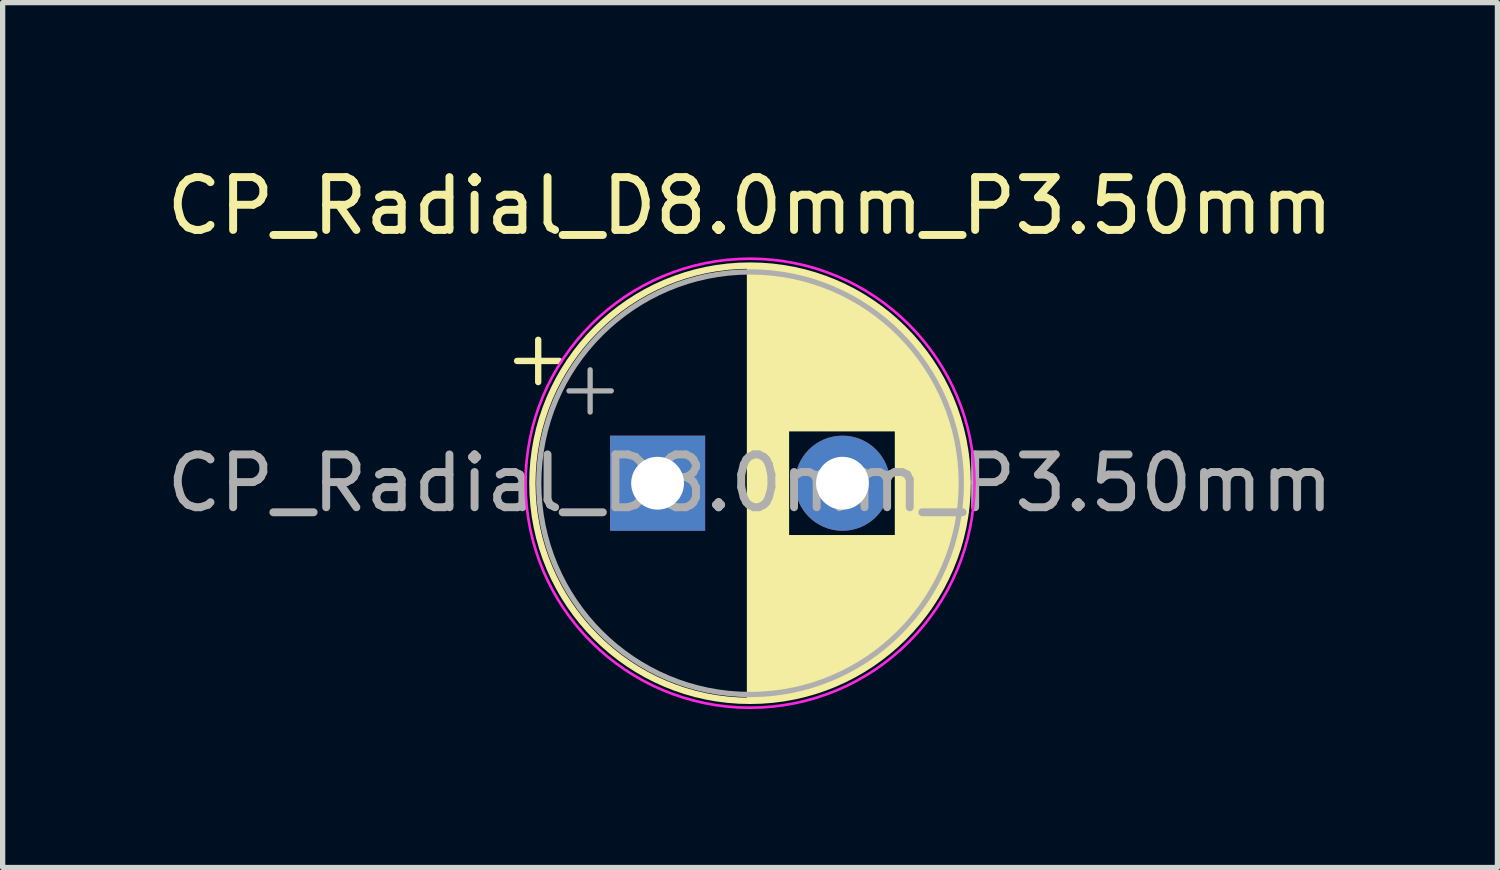
<source format=kicad_pcb>
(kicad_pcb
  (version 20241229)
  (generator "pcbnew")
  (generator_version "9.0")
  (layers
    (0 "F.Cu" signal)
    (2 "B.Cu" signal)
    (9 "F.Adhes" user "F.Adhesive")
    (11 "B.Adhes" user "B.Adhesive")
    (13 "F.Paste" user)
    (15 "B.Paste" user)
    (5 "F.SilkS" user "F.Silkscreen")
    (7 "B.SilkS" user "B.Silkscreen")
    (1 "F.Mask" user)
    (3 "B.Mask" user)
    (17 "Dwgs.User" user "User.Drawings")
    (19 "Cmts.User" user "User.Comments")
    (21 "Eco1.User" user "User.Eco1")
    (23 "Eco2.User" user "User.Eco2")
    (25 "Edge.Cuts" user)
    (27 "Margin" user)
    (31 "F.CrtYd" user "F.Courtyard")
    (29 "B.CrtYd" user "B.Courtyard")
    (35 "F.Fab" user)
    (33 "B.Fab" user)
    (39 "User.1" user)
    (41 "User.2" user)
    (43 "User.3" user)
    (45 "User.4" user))
  (footprint "CP_Radial_D8.0mm_P3.50mm"
    (layer "F.Cu")
    (at 9.399 6.098)
    (property "Reference" "CP_Radial_D8.0mm_P3.50mm" (at 1.75 -5.25 0) (layer "F.SilkS") (effects (font (size 1 1) (thickness 0.15))))
    (attr through_hole)
    (fp_line (start -2.66 -2.315) (end -1.86 -2.315) (stroke (width 0.12) (type solid)) (layer "F.SilkS"))
    (fp_line (start -2.26 -2.715) (end -2.26 -1.915) (stroke (width 0.12) (type solid)) (layer "F.SilkS"))
    (fp_line (start 1.75 -4.08) (end 1.75 4.08) (stroke (width 0.12) (type solid)) (layer "F.SilkS"))
    (fp_line (start 1.79 -4.08) (end 1.79 4.08) (stroke (width 0.12) (type solid)) (layer "F.SilkS"))
    (fp_line (start 1.83 -4.08) (end 1.83 4.08) (stroke (width 0.12) (type solid)) (layer "F.SilkS"))
    (fp_line (start 1.87 -4.079) (end 1.87 4.079) (stroke (width 0.12) (type solid)) (layer "F.SilkS"))
    (fp_line (start 1.91 -4.077) (end 1.91 4.077) (stroke (width 0.12) (type solid)) (layer "F.SilkS"))
    (fp_line (start 1.95 -4.076) (end 1.95 4.076) (stroke (width 0.12) (type solid)) (layer "F.SilkS"))
    (fp_line (start 1.99 -4.074) (end 1.99 4.074) (stroke (width 0.12) (type solid)) (layer "F.SilkS"))
    (fp_line (start 2.03 -4.071) (end 2.03 4.071) (stroke (width 0.12) (type solid)) (layer "F.SilkS"))
    (fp_line (start 2.07 -4.068) (end 2.07 4.068) (stroke (width 0.12) (type solid)) (layer "F.SilkS"))
    (fp_line (start 2.11 -4.065) (end 2.11 4.065) (stroke (width 0.12) (type solid)) (layer "F.SilkS"))
    (fp_line (start 2.15 -4.061) (end 2.15 4.061) (stroke (width 0.12) (type solid)) (layer "F.SilkS"))
    (fp_line (start 2.19 -4.057) (end 2.19 4.057) (stroke (width 0.12) (type solid)) (layer "F.SilkS"))
    (fp_line (start 2.23 -4.052) (end 2.23 4.052) (stroke (width 0.12) (type solid)) (layer "F.SilkS"))
    (fp_line (start 2.27 -4.048) (end 2.27 4.048) (stroke (width 0.12) (type solid)) (layer "F.SilkS"))
    (fp_line (start 2.31 -4.042) (end 2.31 4.042) (stroke (width 0.12) (type solid)) (layer "F.SilkS"))
    (fp_line (start 2.35 -4.037) (end 2.35 4.037) (stroke (width 0.12) (type solid)) (layer "F.SilkS"))
    (fp_line (start 2.39 -4.03) (end 2.39 4.03) (stroke (width 0.12) (type solid)) (layer "F.SilkS"))
    (fp_line (start 2.43 -4.024) (end 2.43 4.024) (stroke (width 0.12) (type solid)) (layer "F.SilkS"))
    (fp_line (start 2.471 -4.017) (end 2.471 -1.04) (stroke (width 0.12) (type solid)) (layer "F.SilkS"))
    (fp_line (start 2.471 1.04) (end 2.471 4.017) (stroke (width 0.12) (type solid)) (layer "F.SilkS"))
    (fp_line (start 2.511 -4.01) (end 2.511 -1.04) (stroke (width 0.12) (type solid)) (layer "F.SilkS"))
    (fp_line (start 2.511 1.04) (end 2.511 4.01) (stroke (width 0.12) (type solid)) (layer "F.SilkS"))
    (fp_line (start 2.551 -4.002) (end 2.551 -1.04) (stroke (width 0.12) (type solid)) (layer "F.SilkS"))
    (fp_line (start 2.551 1.04) (end 2.551 4.002) (stroke (width 0.12) (type solid)) (layer "F.SilkS"))
    (fp_line (start 2.591 -3.994) (end 2.591 -1.04) (stroke (width 0.12) (type solid)) (layer "F.SilkS"))
    (fp_line (start 2.591 1.04) (end 2.591 3.994) (stroke (width 0.12) (type solid)) (layer "F.SilkS"))
    (fp_line (start 2.631 -3.985) (end 2.631 -1.04) (stroke (width 0.12) (type solid)) (layer "F.SilkS"))
    (fp_line (start 2.631 1.04) (end 2.631 3.985) (stroke (width 0.12) (type solid)) (layer "F.SilkS"))
    (fp_line (start 2.671 -3.976) (end 2.671 -1.04) (stroke (width 0.12) (type solid)) (layer "F.SilkS"))
    (fp_line (start 2.671 1.04) (end 2.671 3.976) (stroke (width 0.12) (type solid)) (layer "F.SilkS"))
    (fp_line (start 2.711 -3.967) (end 2.711 -1.04) (stroke (width 0.12) (type solid)) (layer "F.SilkS"))
    (fp_line (start 2.711 1.04) (end 2.711 3.967) (stroke (width 0.12) (type solid)) (layer "F.SilkS"))
    (fp_line (start 2.751 -3.957) (end 2.751 -1.04) (stroke (width 0.12) (type solid)) (layer "F.SilkS"))
    (fp_line (start 2.751 1.04) (end 2.751 3.957) (stroke (width 0.12) (type solid)) (layer "F.SilkS"))
    (fp_line (start 2.791 -3.947) (end 2.791 -1.04) (stroke (width 0.12) (type solid)) (layer "F.SilkS"))
    (fp_line (start 2.791 1.04) (end 2.791 3.947) (stroke (width 0.12) (type solid)) (layer "F.SilkS"))
    (fp_line (start 2.831 -3.936) (end 2.831 -1.04) (stroke (width 0.12) (type solid)) (layer "F.SilkS"))
    (fp_line (start 2.831 1.04) (end 2.831 3.936) (stroke (width 0.12) (type solid)) (layer "F.SilkS"))
    (fp_line (start 2.871 -3.925) (end 2.871 -1.04) (stroke (width 0.12) (type solid)) (layer "F.SilkS"))
    (fp_line (start 2.871 1.04) (end 2.871 3.925) (stroke (width 0.12) (type solid)) (layer "F.SilkS"))
    (fp_line (start 2.911 -3.914) (end 2.911 -1.04) (stroke (width 0.12) (type solid)) (layer "F.SilkS"))
    (fp_line (start 2.911 1.04) (end 2.911 3.914) (stroke (width 0.12) (type solid)) (layer "F.SilkS"))
    (fp_line (start 2.951 -3.902) (end 2.951 -1.04) (stroke (width 0.12) (type solid)) (layer "F.SilkS"))
    (fp_line (start 2.951 1.04) (end 2.951 3.902) (stroke (width 0.12) (type solid)) (layer "F.SilkS"))
    (fp_line (start 2.991 -3.889) (end 2.991 -1.04) (stroke (width 0.12) (type solid)) (layer "F.SilkS"))
    (fp_line (start 2.991 1.04) (end 2.991 3.889) (stroke (width 0.12) (type solid)) (layer "F.SilkS"))
    (fp_line (start 3.031 -3.877) (end 3.031 -1.04) (stroke (width 0.12) (type solid)) (layer "F.SilkS"))
    (fp_line (start 3.031 1.04) (end 3.031 3.877) (stroke (width 0.12) (type solid)) (layer "F.SilkS"))
    (fp_line (start 3.071 -3.863) (end 3.071 -1.04) (stroke (width 0.12) (type solid)) (layer "F.SilkS"))
    (fp_line (start 3.071 1.04) (end 3.071 3.863) (stroke (width 0.12) (type solid)) (layer "F.SilkS"))
    (fp_line (start 3.111 -3.85) (end 3.111 -1.04) (stroke (width 0.12) (type solid)) (layer "F.SilkS"))
    (fp_line (start 3.111 1.04) (end 3.111 3.85) (stroke (width 0.12) (type solid)) (layer "F.SilkS"))
    (fp_line (start 3.151 -3.835) (end 3.151 -1.04) (stroke (width 0.12) (type solid)) (layer "F.SilkS"))
    (fp_line (start 3.151 1.04) (end 3.151 3.835) (stroke (width 0.12) (type solid)) (layer "F.SilkS"))
    (fp_line (start 3.191 -3.821) (end 3.191 -1.04) (stroke (width 0.12) (type solid)) (layer "F.SilkS"))
    (fp_line (start 3.191 1.04) (end 3.191 3.821) (stroke (width 0.12) (type solid)) (layer "F.SilkS"))
    (fp_line (start 3.231 -3.805) (end 3.231 -1.04) (stroke (width 0.12) (type solid)) (layer "F.SilkS"))
    (fp_line (start 3.231 1.04) (end 3.231 3.805) (stroke (width 0.12) (type solid)) (layer "F.SilkS"))
    (fp_line (start 3.271 -3.79) (end 3.271 -1.04) (stroke (width 0.12) (type solid)) (layer "F.SilkS"))
    (fp_line (start 3.271 1.04) (end 3.271 3.79) (stroke (width 0.12) (type solid)) (layer "F.SilkS"))
    (fp_line (start 3.311 -3.774) (end 3.311 -1.04) (stroke (width 0.12) (type solid)) (layer "F.SilkS"))
    (fp_line (start 3.311 1.04) (end 3.311 3.774) (stroke (width 0.12) (type solid)) (layer "F.SilkS"))
    (fp_line (start 3.351 -3.757) (end 3.351 -1.04) (stroke (width 0.12) (type solid)) (layer "F.SilkS"))
    (fp_line (start 3.351 1.04) (end 3.351 3.757) (stroke (width 0.12) (type solid)) (layer "F.SilkS"))
    (fp_line (start 3.391 -3.74) (end 3.391 -1.04) (stroke (width 0.12) (type solid)) (layer "F.SilkS"))
    (fp_line (start 3.391 1.04) (end 3.391 3.74) (stroke (width 0.12) (type solid)) (layer "F.SilkS"))
    (fp_line (start 3.431 -3.722) (end 3.431 -1.04) (stroke (width 0.12) (type solid)) (layer "F.SilkS"))
    (fp_line (start 3.431 1.04) (end 3.431 3.722) (stroke (width 0.12) (type solid)) (layer "F.SilkS"))
    (fp_line (start 3.471 -3.704) (end 3.471 -1.04) (stroke (width 0.12) (type solid)) (layer "F.SilkS"))
    (fp_line (start 3.471 1.04) (end 3.471 3.704) (stroke (width 0.12) (type solid)) (layer "F.SilkS"))
    (fp_line (start 3.511 -3.686) (end 3.511 -1.04) (stroke (width 0.12) (type solid)) (layer "F.SilkS"))
    (fp_line (start 3.511 1.04) (end 3.511 3.686) (stroke (width 0.12) (type solid)) (layer "F.SilkS"))
    (fp_line (start 3.551 -3.666) (end 3.551 -1.04) (stroke (width 0.12) (type solid)) (layer "F.SilkS"))
    (fp_line (start 3.551 1.04) (end 3.551 3.666) (stroke (width 0.12) (type solid)) (layer "F.SilkS"))
    (fp_line (start 3.591 -3.647) (end 3.591 -1.04) (stroke (width 0.12) (type solid)) (layer "F.SilkS"))
    (fp_line (start 3.591 1.04) (end 3.591 3.647) (stroke (width 0.12) (type solid)) (layer "F.SilkS"))
    (fp_line (start 3.631 -3.627) (end 3.631 -1.04) (stroke (width 0.12) (type solid)) (layer "F.SilkS"))
    (fp_line (start 3.631 1.04) (end 3.631 3.627) (stroke (width 0.12) (type solid)) (layer "F.SilkS"))
    (fp_line (start 3.671 -3.606) (end 3.671 -1.04) (stroke (width 0.12) (type solid)) (layer "F.SilkS"))
    (fp_line (start 3.671 1.04) (end 3.671 3.606) (stroke (width 0.12) (type solid)) (layer "F.SilkS"))
    (fp_line (start 3.711 -3.584) (end 3.711 -1.04) (stroke (width 0.12) (type solid)) (layer "F.SilkS"))
    (fp_line (start 3.711 1.04) (end 3.711 3.584) (stroke (width 0.12) (type solid)) (layer "F.SilkS"))
    (fp_line (start 3.751 -3.562) (end 3.751 -1.04) (stroke (width 0.12) (type solid)) (layer "F.SilkS"))
    (fp_line (start 3.751 1.04) (end 3.751 3.562) (stroke (width 0.12) (type solid)) (layer "F.SilkS"))
    (fp_line (start 3.791 -3.54) (end 3.791 -1.04) (stroke (width 0.12) (type solid)) (layer "F.SilkS"))
    (fp_line (start 3.791 1.04) (end 3.791 3.54) (stroke (width 0.12) (type solid)) (layer "F.SilkS"))
    (fp_line (start 3.831 -3.517) (end 3.831 -1.04) (stroke (width 0.12) (type solid)) (layer "F.SilkS"))
    (fp_line (start 3.831 1.04) (end 3.831 3.517) (stroke (width 0.12) (type solid)) (layer "F.SilkS"))
    (fp_line (start 3.871 -3.493) (end 3.871 -1.04) (stroke (width 0.12) (type solid)) (layer "F.SilkS"))
    (fp_line (start 3.871 1.04) (end 3.871 3.493) (stroke (width 0.12) (type solid)) (layer "F.SilkS"))
    (fp_line (start 3.911 -3.469) (end 3.911 -1.04) (stroke (width 0.12) (type solid)) (layer "F.SilkS"))
    (fp_line (start 3.911 1.04) (end 3.911 3.469) (stroke (width 0.12) (type solid)) (layer "F.SilkS"))
    (fp_line (start 3.951 -3.444) (end 3.951 -1.04) (stroke (width 0.12) (type solid)) (layer "F.SilkS"))
    (fp_line (start 3.951 1.04) (end 3.951 3.444) (stroke (width 0.12) (type solid)) (layer "F.SilkS"))
    (fp_line (start 3.991 -3.418) (end 3.991 -1.04) (stroke (width 0.12) (type solid)) (layer "F.SilkS"))
    (fp_line (start 3.991 1.04) (end 3.991 3.418) (stroke (width 0.12) (type solid)) (layer "F.SilkS"))
    (fp_line (start 4.031 -3.392) (end 4.031 -1.04) (stroke (width 0.12) (type solid)) (layer "F.SilkS"))
    (fp_line (start 4.031 1.04) (end 4.031 3.392) (stroke (width 0.12) (type solid)) (layer "F.SilkS"))
    (fp_line (start 4.071 -3.365) (end 4.071 -1.04) (stroke (width 0.12) (type solid)) (layer "F.SilkS"))
    (fp_line (start 4.071 1.04) (end 4.071 3.365) (stroke (width 0.12) (type solid)) (layer "F.SilkS"))
    (fp_line (start 4.111 -3.338) (end 4.111 -1.04) (stroke (width 0.12) (type solid)) (layer "F.SilkS"))
    (fp_line (start 4.111 1.04) (end 4.111 3.338) (stroke (width 0.12) (type solid)) (layer "F.SilkS"))
    (fp_line (start 4.151 -3.309) (end 4.151 -1.04) (stroke (width 0.12) (type solid)) (layer "F.SilkS"))
    (fp_line (start 4.151 1.04) (end 4.151 3.309) (stroke (width 0.12) (type solid)) (layer "F.SilkS"))
    (fp_line (start 4.191 -3.28) (end 4.191 -1.04) (stroke (width 0.12) (type solid)) (layer "F.SilkS"))
    (fp_line (start 4.191 1.04) (end 4.191 3.28) (stroke (width 0.12) (type solid)) (layer "F.SilkS"))
    (fp_line (start 4.231 -3.25) (end 4.231 -1.04) (stroke (width 0.12) (type solid)) (layer "F.SilkS"))
    (fp_line (start 4.231 1.04) (end 4.231 3.25) (stroke (width 0.12) (type solid)) (layer "F.SilkS"))
    (fp_line (start 4.271 -3.22) (end 4.271 -1.04) (stroke (width 0.12) (type solid)) (layer "F.SilkS"))
    (fp_line (start 4.271 1.04) (end 4.271 3.22) (stroke (width 0.12) (type solid)) (layer "F.SilkS"))
    (fp_line (start 4.311 -3.189) (end 4.311 -1.04) (stroke (width 0.12) (type solid)) (layer "F.SilkS"))
    (fp_line (start 4.311 1.04) (end 4.311 3.189) (stroke (width 0.12) (type solid)) (layer "F.SilkS"))
    (fp_line (start 4.351 -3.156) (end 4.351 -1.04) (stroke (width 0.12) (type solid)) (layer "F.SilkS"))
    (fp_line (start 4.351 1.04) (end 4.351 3.156) (stroke (width 0.12) (type solid)) (layer "F.SilkS"))
    (fp_line (start 4.391 -3.124) (end 4.391 -1.04) (stroke (width 0.12) (type solid)) (layer "F.SilkS"))
    (fp_line (start 4.391 1.04) (end 4.391 3.124) (stroke (width 0.12) (type solid)) (layer "F.SilkS"))
    (fp_line (start 4.431 -3.09) (end 4.431 -1.04) (stroke (width 0.12) (type solid)) (layer "F.SilkS"))
    (fp_line (start 4.431 1.04) (end 4.431 3.09) (stroke (width 0.12) (type solid)) (layer "F.SilkS"))
    (fp_line (start 4.471 -3.055) (end 4.471 -1.04) (stroke (width 0.12) (type solid)) (layer "F.SilkS"))
    (fp_line (start 4.471 1.04) (end 4.471 3.055) (stroke (width 0.12) (type solid)) (layer "F.SilkS"))
    (fp_line (start 4.511 -3.019) (end 4.511 -1.04) (stroke (width 0.12) (type solid)) (layer "F.SilkS"))
    (fp_line (start 4.511 1.04) (end 4.511 3.019) (stroke (width 0.12) (type solid)) (layer "F.SilkS"))
    (fp_line (start 4.551 -2.983) (end 4.551 2.983) (stroke (width 0.12) (type solid)) (layer "F.SilkS"))
    (fp_line (start 4.591 -2.945) (end 4.591 2.945) (stroke (width 0.12) (type solid)) (layer "F.SilkS"))
    (fp_line (start 4.631 -2.907) (end 4.631 2.907) (stroke (width 0.12) (type solid)) (layer "F.SilkS"))
    (fp_line (start 4.671 -2.867) (end 4.671 2.867) (stroke (width 0.12) (type solid)) (layer "F.SilkS"))
    (fp_line (start 4.711 -2.826) (end 4.711 2.826) (stroke (width 0.12) (type solid)) (layer "F.SilkS"))
    (fp_line (start 4.751 -2.784) (end 4.751 2.784) (stroke (width 0.12) (type solid)) (layer "F.SilkS"))
    (fp_line (start 4.791 -2.741) (end 4.791 2.741) (stroke (width 0.12) (type solid)) (layer "F.SilkS"))
    (fp_line (start 4.831 -2.697) (end 4.831 2.697) (stroke (width 0.12) (type solid)) (layer "F.SilkS"))
    (fp_line (start 4.871 -2.651) (end 4.871 2.651) (stroke (width 0.12) (type solid)) (layer "F.SilkS"))
    (fp_line (start 4.911 -2.604) (end 4.911 2.604) (stroke (width 0.12) (type solid)) (layer "F.SilkS"))
    (fp_line (start 4.951 -2.556) (end 4.951 2.556) (stroke (width 0.12) (type solid)) (layer "F.SilkS"))
    (fp_line (start 4.991 -2.505) (end 4.991 2.505) (stroke (width 0.12) (type solid)) (layer "F.SilkS"))
    (fp_line (start 5.031 -2.454) (end 5.031 2.454) (stroke (width 0.12) (type solid)) (layer "F.SilkS"))
    (fp_line (start 5.071 -2.4) (end 5.071 2.4) (stroke (width 0.12) (type solid)) (layer "F.SilkS"))
    (fp_line (start 5.111 -2.345) (end 5.111 2.345) (stroke (width 0.12) (type solid)) (layer "F.SilkS"))
    (fp_line (start 5.151 -2.287) (end 5.151 2.287) (stroke (width 0.12) (type solid)) (layer "F.SilkS"))
    (fp_line (start 5.191 -2.228) (end 5.191 2.228) (stroke (width 0.12) (type solid)) (layer "F.SilkS"))
    (fp_line (start 5.231 -2.166) (end 5.231 2.166) (stroke (width 0.12) (type solid)) (layer "F.SilkS"))
    (fp_line (start 5.271 -2.102) (end 5.271 2.102) (stroke (width 0.12) (type solid)) (layer "F.SilkS"))
    (fp_line (start 5.311 -2.034) (end 5.311 2.034) (stroke (width 0.12) (type solid)) (layer "F.SilkS"))
    (fp_line (start 5.351 -1.964) (end 5.351 1.964) (stroke (width 0.12) (type solid)) (layer "F.SilkS"))
    (fp_line (start 5.391 -1.89) (end 5.391 1.89) (stroke (width 0.12) (type solid)) (layer "F.SilkS"))
    (fp_line (start 5.431 -1.813) (end 5.431 1.813) (stroke (width 0.12) (type solid)) (layer "F.SilkS"))
    (fp_line (start 5.471 -1.731) (end 5.471 1.731) (stroke (width 0.12) (type solid)) (layer "F.SilkS"))
    (fp_line (start 5.511 -1.645) (end 5.511 1.645) (stroke (width 0.12) (type solid)) (layer "F.SilkS"))
    (fp_line (start 5.551 -1.552) (end 5.551 1.552) (stroke (width 0.12) (type solid)) (layer "F.SilkS"))
    (fp_line (start 5.591 -1.453) (end 5.591 1.453) (stroke (width 0.12) (type solid)) (layer "F.SilkS"))
    (fp_line (start 5.631 -1.346) (end 5.631 1.346) (stroke (width 0.12) (type solid)) (layer "F.SilkS"))
    (fp_line (start 5.671 -1.229) (end 5.671 1.229) (stroke (width 0.12) (type solid)) (layer "F.SilkS"))
    (fp_line (start 5.711 -1.098) (end 5.711 1.098) (stroke (width 0.12) (type solid)) (layer "F.SilkS"))
    (fp_line (start 5.751 -0.948) (end 5.751 0.948) (stroke (width 0.12) (type solid)) (layer "F.SilkS"))
    (fp_line (start 5.791 -0.768) (end 5.791 0.768) (stroke (width 0.12) (type solid)) (layer "F.SilkS"))
    (fp_line (start 5.831 -0.533) (end 5.831 0.533) (stroke (width 0.12) (type solid)) (layer "F.SilkS"))
    (fp_circle (center 1.75 0) (end 5.87 0) (stroke (width 0.12) (type solid)) (fill no) (layer "F.SilkS"))
    (fp_circle (center 1.75 0) (end 6 0) (stroke (width 0.05) (type solid)) (fill no) (layer "F.CrtYd"))
    (fp_line (start -1.677 -1.748) (end -0.877 -1.748) (stroke (width 0.1) (type solid)) (layer "F.Fab"))
    (fp_line (start -1.277 -2.147) (end -1.277 -1.347) (stroke (width 0.1) (type solid)) (layer "F.Fab"))
    (fp_circle (center 1.75 0) (end 5.75 0) (stroke (width 0.1) (type solid)) (fill no) (layer "F.Fab"))
    (fp_text user "${REFERENCE}" (at 1.75 0 0) (layer "F.Fab") (effects (font (size 1 1) (thickness 0.15))))
    (pad "1" thru_hole rect (at 0 0) (size 1.8 1.8) (drill 1) (layers "*.Cu" "*.Mask"))
    (pad "2" thru_hole circle (at 3.5 0) (size 1.8 1.8) (drill 1) (layers "*.Cu" "*.Mask")))
  (gr_rect
    (start -3 -3)
    (end 25.298 13.373)
    (stroke (width 0.1) (type default))
    (fill no)
    (layer "Edge.Cuts")))
</source>
